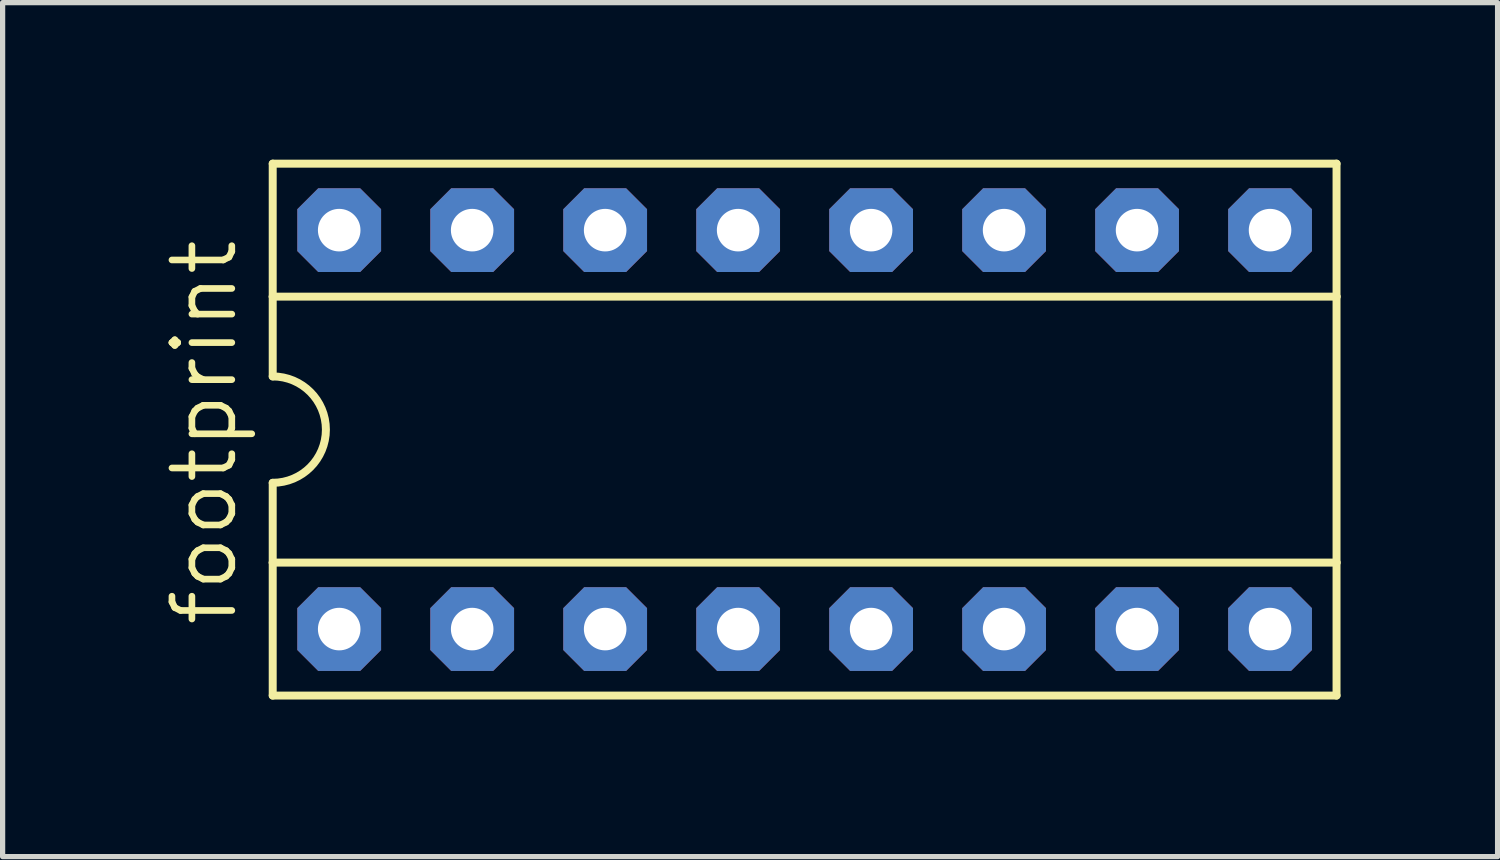
<source format=kicad_pcb>
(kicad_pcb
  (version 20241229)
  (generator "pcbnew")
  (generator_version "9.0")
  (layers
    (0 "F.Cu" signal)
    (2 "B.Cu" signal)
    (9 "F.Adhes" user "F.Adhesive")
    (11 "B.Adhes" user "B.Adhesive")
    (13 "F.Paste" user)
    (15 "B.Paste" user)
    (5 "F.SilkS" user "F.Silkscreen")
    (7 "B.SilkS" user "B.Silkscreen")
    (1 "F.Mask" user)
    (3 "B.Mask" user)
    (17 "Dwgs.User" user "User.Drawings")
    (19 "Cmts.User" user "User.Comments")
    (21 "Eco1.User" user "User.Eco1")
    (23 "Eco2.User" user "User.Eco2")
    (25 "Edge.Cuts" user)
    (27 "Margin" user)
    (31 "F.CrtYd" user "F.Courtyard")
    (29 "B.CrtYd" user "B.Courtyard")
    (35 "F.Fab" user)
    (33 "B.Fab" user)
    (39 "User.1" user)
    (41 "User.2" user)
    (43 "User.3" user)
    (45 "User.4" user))
  (footprint "footprint"
    (layer "F.Cu")
    (at 12.319 5.156)
    (property "Reference" "footprint" (at -10.795 3.81 90) (layer "F.SilkS") (effects (font (size 1.143 1.143) (thickness 0.127)) (justify left bottom)))
    (fp_line (start -10.16 -5.08) (end -10.16 -2.54) (stroke (width 0.152) (type solid)) (layer "F.SilkS"))
    (fp_line (start -10.16 -2.54) (end -10.16 -1.016) (stroke (width 0.152) (type solid)) (layer "F.SilkS"))
    (fp_line (start -10.16 -2.54) (end 10.16 -2.54) (stroke (width 0.152) (type solid)) (layer "F.SilkS"))
    (fp_line (start -10.16 2.54) (end -10.16 1.016) (stroke (width 0.152) (type solid)) (layer "F.SilkS"))
    (fp_line (start -10.16 2.54) (end 10.16 2.54) (stroke (width 0.152) (type solid)) (layer "F.SilkS"))
    (fp_line (start -10.16 5.08) (end -10.16 2.54) (stroke (width 0.152) (type solid)) (layer "F.SilkS"))
    (fp_line (start -10.16 5.08) (end 10.16 5.08) (stroke (width 0.152) (type solid)) (layer "F.SilkS"))
    (fp_line (start 10.16 -5.08) (end -10.16 -5.08) (stroke (width 0.152) (type solid)) (layer "F.SilkS"))
    (fp_line (start 10.16 -5.08) (end 10.16 -2.54) (stroke (width 0.152) (type solid)) (layer "F.SilkS"))
    (fp_line (start 10.16 -2.54) (end 10.16 2.54) (stroke (width 0.152) (type solid)) (layer "F.SilkS"))
    (fp_line (start 10.16 2.54) (end 10.16 5.08) (stroke (width 0.152) (type solid)) (layer "F.SilkS"))
    (fp_arc (start -10.16 -1.016) (mid -9.144 0) (end -10.16 1.016) (stroke (width 0.1524) (type solid)) (layer "F.SilkS"))
    (pad "1" thru_hole roundrect (at -8.89 3.81) (size 1.6 1.6) (drill 0.813) (layers "*.Cu" "*.Mask") (roundrect_rratio 0.25) (chamfer_ratio 0.25) (chamfer top_left top_right bottom_left bottom_right))
    (pad "2" thru_hole roundrect (at -6.35 3.81) (size 1.6 1.6) (drill 0.813) (layers "*.Cu" "*.Mask") (roundrect_rratio 0.25) (chamfer_ratio 0.25) (chamfer top_left top_right bottom_left bottom_right))
    (pad "3" thru_hole roundrect (at -3.81 3.81) (size 1.6 1.6) (drill 0.813) (layers "*.Cu" "*.Mask") (roundrect_rratio 0.25) (chamfer_ratio 0.25) (chamfer top_left top_right bottom_left bottom_right))
    (pad "4" thru_hole roundrect (at -1.27 3.81) (size 1.6 1.6) (drill 0.813) (layers "*.Cu" "*.Mask") (roundrect_rratio 0.25) (chamfer_ratio 0.25) (chamfer top_left top_right bottom_left bottom_right))
    (pad "5" thru_hole roundrect (at 1.27 3.81) (size 1.6 1.6) (drill 0.813) (layers "*.Cu" "*.Mask") (roundrect_rratio 0.25) (chamfer_ratio 0.25) (chamfer top_left top_right bottom_left bottom_right))
    (pad "6" thru_hole roundrect (at 3.81 3.81) (size 1.6 1.6) (drill 0.813) (layers "*.Cu" "*.Mask") (roundrect_rratio 0.25) (chamfer_ratio 0.25) (chamfer top_left top_right bottom_left bottom_right))
    (pad "7" thru_hole roundrect (at 6.35 3.81) (size 1.6 1.6) (drill 0.813) (layers "*.Cu" "*.Mask") (roundrect_rratio 0.25) (chamfer_ratio 0.25) (chamfer top_left top_right bottom_left bottom_right))
    (pad "8" thru_hole roundrect (at 8.89 3.81) (size 1.6 1.6) (drill 0.813) (layers "*.Cu" "*.Mask") (roundrect_rratio 0.25) (chamfer_ratio 0.25) (chamfer top_left top_right bottom_left bottom_right))
    (pad "9" thru_hole roundrect (at 8.89 -3.81) (size 1.6 1.6) (drill 0.813) (layers "*.Cu" "*.Mask") (roundrect_rratio 0.25) (chamfer_ratio 0.25) (chamfer top_left top_right bottom_left bottom_right))
    (pad "10" thru_hole roundrect (at 6.35 -3.81) (size 1.6 1.6) (drill 0.813) (layers "*.Cu" "*.Mask") (roundrect_rratio 0.25) (chamfer_ratio 0.25) (chamfer top_left top_right bottom_left bottom_right))
    (pad "11" thru_hole roundrect (at 3.81 -3.81) (size 1.6 1.6) (drill 0.813) (layers "*.Cu" "*.Mask") (roundrect_rratio 0.25) (chamfer_ratio 0.25) (chamfer top_left top_right bottom_left bottom_right))
    (pad "12" thru_hole roundrect (at 1.27 -3.81) (size 1.6 1.6) (drill 0.813) (layers "*.Cu" "*.Mask") (roundrect_rratio 0.25) (chamfer_ratio 0.25) (chamfer top_left top_right bottom_left bottom_right))
    (pad "13" thru_hole roundrect (at -1.27 -3.81) (size 1.6 1.6) (drill 0.813) (layers "*.Cu" "*.Mask") (roundrect_rratio 0.25) (chamfer_ratio 0.25) (chamfer top_left top_right bottom_left bottom_right))
    (pad "14" thru_hole roundrect (at -3.81 -3.81) (size 1.6 1.6) (drill 0.813) (layers "*.Cu" "*.Mask") (roundrect_rratio 0.25) (chamfer_ratio 0.25) (chamfer top_left top_right bottom_left bottom_right))
    (pad "15" thru_hole roundrect (at -6.35 -3.81) (size 1.6 1.6) (drill 0.813) (layers "*.Cu" "*.Mask") (roundrect_rratio 0.25) (chamfer_ratio 0.25) (chamfer top_left top_right bottom_left bottom_right))
    (pad "16" thru_hole roundrect (at -8.89 -3.81) (size 1.6 1.6) (drill 0.813) (layers "*.Cu" "*.Mask") (roundrect_rratio 0.25) (chamfer_ratio 0.25) (chamfer top_left top_right bottom_left bottom_right)))
  (gr_rect
    (start -3 -3)
    (end 25.555 13.312)
    (stroke (width 0.1) (type default))
    (fill no)
    (layer "Edge.Cuts")))
</source>
